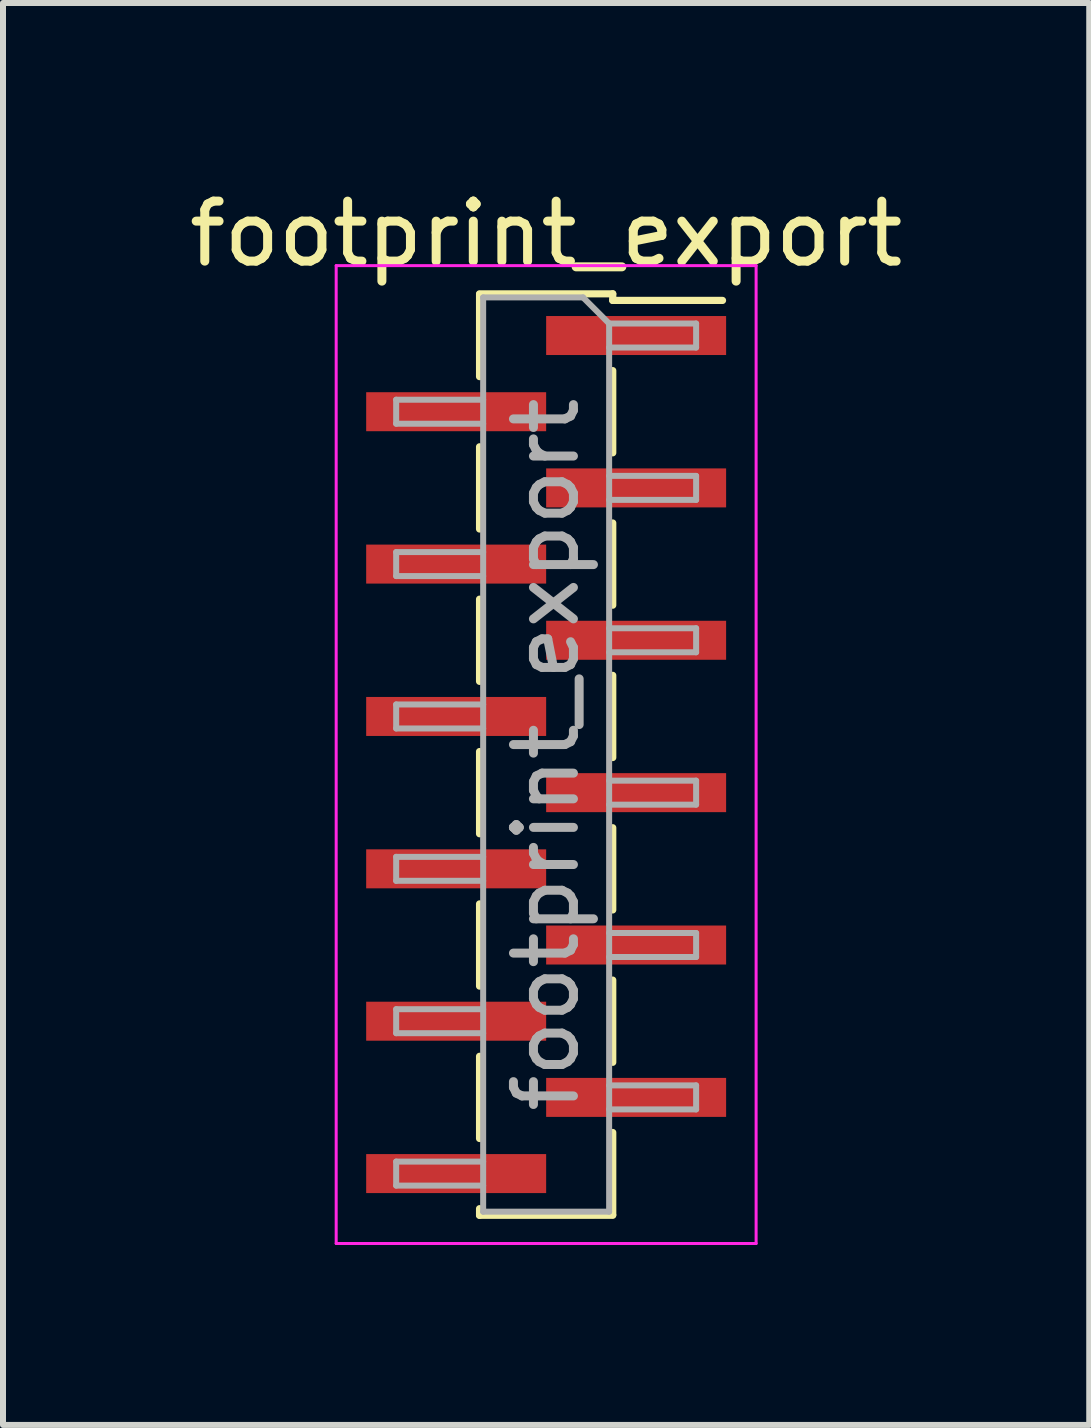
<source format=kicad_pcb>
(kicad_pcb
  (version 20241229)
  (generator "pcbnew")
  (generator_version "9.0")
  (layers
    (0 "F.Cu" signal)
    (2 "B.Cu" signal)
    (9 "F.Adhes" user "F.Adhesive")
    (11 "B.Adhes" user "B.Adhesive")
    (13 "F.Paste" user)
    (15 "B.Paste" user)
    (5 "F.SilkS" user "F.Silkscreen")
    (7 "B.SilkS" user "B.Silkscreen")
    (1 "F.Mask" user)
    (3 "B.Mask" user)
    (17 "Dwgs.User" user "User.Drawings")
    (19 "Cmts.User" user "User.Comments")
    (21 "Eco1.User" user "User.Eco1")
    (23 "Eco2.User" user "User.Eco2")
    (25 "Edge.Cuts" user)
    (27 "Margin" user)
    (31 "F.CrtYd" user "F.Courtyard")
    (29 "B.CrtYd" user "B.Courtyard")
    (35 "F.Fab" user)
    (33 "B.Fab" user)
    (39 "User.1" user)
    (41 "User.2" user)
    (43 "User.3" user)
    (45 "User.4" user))
  (footprint "footprint_export"
    (layer "F.Cu")
    (at 6.054 9.528)
    (property "Reference" "footprint_export" (at 0 -8.68 0) (layer "F.SilkS") (effects (font (size 1 1) (thickness 0.15))))
    (attr smd)
    (fp_line (start -1.11 -7.68) (end 1.11 -7.68) (stroke (width 0.12) (type solid)) (layer "F.SilkS"))
    (fp_line (start -1.11 -7.67) (end -1.11 -6.3) (stroke (width 0.12) (type solid)) (layer "F.SilkS"))
    (fp_line (start -1.11 -5.13) (end -1.11 -3.76) (stroke (width 0.12) (type solid)) (layer "F.SilkS"))
    (fp_line (start -1.11 -2.59) (end -1.11 -1.22) (stroke (width 0.12) (type solid)) (layer "F.SilkS"))
    (fp_line (start -1.11 -0.05) (end -1.11 1.32) (stroke (width 0.12) (type solid)) (layer "F.SilkS"))
    (fp_line (start -1.11 2.49) (end -1.11 3.86) (stroke (width 0.12) (type solid)) (layer "F.SilkS"))
    (fp_line (start -1.11 5.03) (end -1.11 6.4) (stroke (width 0.12) (type solid)) (layer "F.SilkS"))
    (fp_line (start -1.11 7.57) (end -1.11 7.68) (stroke (width 0.12) (type solid)) (layer "F.SilkS"))
    (fp_line (start -1.11 7.68) (end 1.11 7.68) (stroke (width 0.12) (type solid)) (layer "F.SilkS"))
    (fp_line (start 1.11 -7.68) (end 1.11 -7.57) (stroke (width 0.12) (type solid)) (layer "F.SilkS"))
    (fp_line (start 1.11 -7.57) (end 2.94 -7.57) (stroke (width 0.12) (type solid)) (layer "F.SilkS"))
    (fp_line (start 1.11 -6.4) (end 1.11 -5.03) (stroke (width 0.12) (type solid)) (layer "F.SilkS"))
    (fp_line (start 1.11 -3.86) (end 1.11 -2.49) (stroke (width 0.12) (type solid)) (layer "F.SilkS"))
    (fp_line (start 1.11 -1.32) (end 1.11 0.05) (stroke (width 0.12) (type solid)) (layer "F.SilkS"))
    (fp_line (start 1.11 1.22) (end 1.11 2.59) (stroke (width 0.12) (type solid)) (layer "F.SilkS"))
    (fp_line (start 1.11 3.76) (end 1.11 5.13) (stroke (width 0.12) (type solid)) (layer "F.SilkS"))
    (fp_line (start 1.11 6.3) (end 1.11 7.67) (stroke (width 0.12) (type solid)) (layer "F.SilkS"))
    (fp_line (start -3.5 -8.15) (end -3.5 8.15) (stroke (width 0.05) (type solid)) (layer "F.CrtYd"))
    (fp_line (start -3.5 8.15) (end 3.5 8.15) (stroke (width 0.05) (type solid)) (layer "F.CrtYd"))
    (fp_line (start 3.5 -8.15) (end -3.5 -8.15) (stroke (width 0.05) (type solid)) (layer "F.CrtYd"))
    (fp_line (start 3.5 8.15) (end 3.5 -8.15) (stroke (width 0.05) (type solid)) (layer "F.CrtYd"))
    (fp_line (start -2.5 -5.915) (end -2.5 -5.515) (stroke (width 0.1) (type solid)) (layer "F.Fab"))
    (fp_line (start -2.5 -5.515) (end -1.05 -5.515) (stroke (width 0.1) (type solid)) (layer "F.Fab"))
    (fp_line (start -2.5 -3.375) (end -2.5 -2.975) (stroke (width 0.1) (type solid)) (layer "F.Fab"))
    (fp_line (start -2.5 -2.975) (end -1.05 -2.975) (stroke (width 0.1) (type solid)) (layer "F.Fab"))
    (fp_line (start -2.5 -0.835) (end -2.5 -0.435) (stroke (width 0.1) (type solid)) (layer "F.Fab"))
    (fp_line (start -2.5 -0.435) (end -1.05 -0.435) (stroke (width 0.1) (type solid)) (layer "F.Fab"))
    (fp_line (start -2.5 1.705) (end -2.5 2.105) (stroke (width 0.1) (type solid)) (layer "F.Fab"))
    (fp_line (start -2.5 2.105) (end -1.05 2.105) (stroke (width 0.1) (type solid)) (layer "F.Fab"))
    (fp_line (start -2.5 4.245) (end -2.5 4.645) (stroke (width 0.1) (type solid)) (layer "F.Fab"))
    (fp_line (start -2.5 4.645) (end -1.05 4.645) (stroke (width 0.1) (type solid)) (layer "F.Fab"))
    (fp_line (start -2.5 6.785) (end -2.5 7.185) (stroke (width 0.1) (type solid)) (layer "F.Fab"))
    (fp_line (start -2.5 7.185) (end -1.05 7.185) (stroke (width 0.1) (type solid)) (layer "F.Fab"))
    (fp_line (start -1.05 -7.62) (end -1.05 7.62) (stroke (width 0.1) (type solid)) (layer "F.Fab"))
    (fp_line (start -1.05 -7.62) (end 0.615 -7.62) (stroke (width 0.1) (type solid)) (layer "F.Fab"))
    (fp_line (start -1.05 -5.915) (end -2.5 -5.915) (stroke (width 0.1) (type solid)) (layer "F.Fab"))
    (fp_line (start -1.05 -3.375) (end -2.5 -3.375) (stroke (width 0.1) (type solid)) (layer "F.Fab"))
    (fp_line (start -1.05 -0.835) (end -2.5 -0.835) (stroke (width 0.1) (type solid)) (layer "F.Fab"))
    (fp_line (start -1.05 1.705) (end -2.5 1.705) (stroke (width 0.1) (type solid)) (layer "F.Fab"))
    (fp_line (start -1.05 4.245) (end -2.5 4.245) (stroke (width 0.1) (type solid)) (layer "F.Fab"))
    (fp_line (start -1.05 6.785) (end -2.5 6.785) (stroke (width 0.1) (type solid)) (layer "F.Fab"))
    (fp_line (start 1.05 -7.185) (end 0.615 -7.62) (stroke (width 0.1) (type solid)) (layer "F.Fab"))
    (fp_line (start 1.05 -7.185) (end 2.5 -7.185) (stroke (width 0.1) (type solid)) (layer "F.Fab"))
    (fp_line (start 1.05 -4.645) (end 2.5 -4.645) (stroke (width 0.1) (type solid)) (layer "F.Fab"))
    (fp_line (start 1.05 -2.105) (end 2.5 -2.105) (stroke (width 0.1) (type solid)) (layer "F.Fab"))
    (fp_line (start 1.05 0.435) (end 2.5 0.435) (stroke (width 0.1) (type solid)) (layer "F.Fab"))
    (fp_line (start 1.05 2.975) (end 2.5 2.975) (stroke (width 0.1) (type solid)) (layer "F.Fab"))
    (fp_line (start 1.05 5.515) (end 2.5 5.515) (stroke (width 0.1) (type solid)) (layer "F.Fab"))
    (fp_line (start 1.05 7.62) (end -1.05 7.62) (stroke (width 0.1) (type solid)) (layer "F.Fab"))
    (fp_line (start 1.05 7.62) (end 1.05 -7.185) (stroke (width 0.1) (type solid)) (layer "F.Fab"))
    (fp_line (start 2.5 -7.185) (end 2.5 -6.785) (stroke (width 0.1) (type solid)) (layer "F.Fab"))
    (fp_line (start 2.5 -6.785) (end 1.05 -6.785) (stroke (width 0.1) (type solid)) (layer "F.Fab"))
    (fp_line (start 2.5 -4.645) (end 2.5 -4.245) (stroke (width 0.1) (type solid)) (layer "F.Fab"))
    (fp_line (start 2.5 -4.245) (end 1.05 -4.245) (stroke (width 0.1) (type solid)) (layer "F.Fab"))
    (fp_line (start 2.5 -2.105) (end 2.5 -1.705) (stroke (width 0.1) (type solid)) (layer "F.Fab"))
    (fp_line (start 2.5 -1.705) (end 1.05 -1.705) (stroke (width 0.1) (type solid)) (layer "F.Fab"))
    (fp_line (start 2.5 0.435) (end 2.5 0.835) (stroke (width 0.1) (type solid)) (layer "F.Fab"))
    (fp_line (start 2.5 0.835) (end 1.05 0.835) (stroke (width 0.1) (type solid)) (layer "F.Fab"))
    (fp_line (start 2.5 2.975) (end 2.5 3.375) (stroke (width 0.1) (type solid)) (layer "F.Fab"))
    (fp_line (start 2.5 3.375) (end 1.05 3.375) (stroke (width 0.1) (type solid)) (layer "F.Fab"))
    (fp_line (start 2.5 5.515) (end 2.5 5.915) (stroke (width 0.1) (type solid)) (layer "F.Fab"))
    (fp_line (start 2.5 5.915) (end 1.05 5.915) (stroke (width 0.1) (type solid)) (layer "F.Fab"))
    (fp_text user "${REFERENCE}" (at 0 0 90) (layer "F.Fab") (effects (font (size 1 1) (thickness 0.15))))
    (pad "1" smd rect (at 1.5 -6.985) (size 3 0.65) (layers "F.Cu" "F.Mask" "F.Paste"))
    (pad "2" smd rect (at -1.5 -5.715) (size 3 0.65) (layers "F.Cu" "F.Mask" "F.Paste"))
    (pad "3" smd rect (at 1.5 -4.445) (size 3 0.65) (layers "F.Cu" "F.Mask" "F.Paste"))
    (pad "4" smd rect (at -1.5 -3.175) (size 3 0.65) (layers "F.Cu" "F.Mask" "F.Paste"))
    (pad "5" smd rect (at 1.5 -1.905) (size 3 0.65) (layers "F.Cu" "F.Mask" "F.Paste"))
    (pad "6" smd rect (at -1.5 -0.635) (size 3 0.65) (layers "F.Cu" "F.Mask" "F.Paste"))
    (pad "7" smd rect (at 1.5 0.635) (size 3 0.65) (layers "F.Cu" "F.Mask" "F.Paste"))
    (pad "8" smd rect (at -1.5 1.905) (size 3 0.65) (layers "F.Cu" "F.Mask" "F.Paste"))
    (pad "9" smd rect (at 1.5 3.175) (size 3 0.65) (layers "F.Cu" "F.Mask" "F.Paste"))
    (pad "10" smd rect (at -1.5 4.445) (size 3 0.65) (layers "F.Cu" "F.Mask" "F.Paste"))
    (pad "11" smd rect (at 1.5 5.715) (size 3 0.65) (layers "F.Cu" "F.Mask" "F.Paste"))
    (pad "12" smd rect (at -1.5 6.985) (size 3 0.65) (layers "F.Cu" "F.Mask" "F.Paste")))
  (gr_rect
    (start -3 -3)
    (end 15.107 20.703)
    (stroke (width 0.1) (type default))
    (fill no)
    (layer "Edge.Cuts")))
</source>
